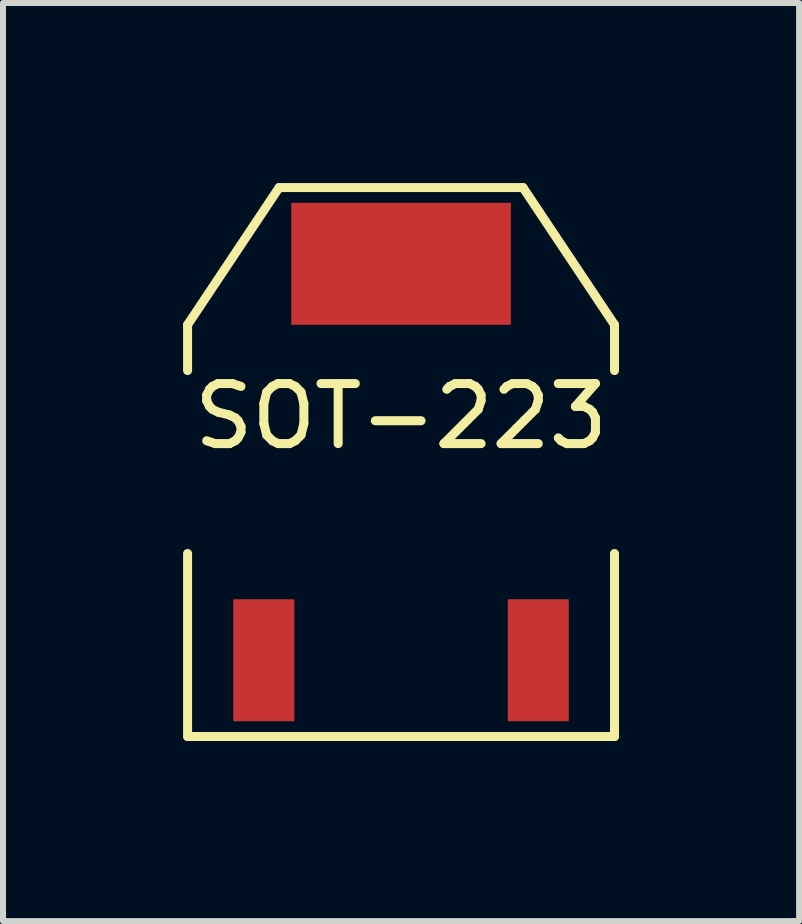
<source format=kicad_pcb>
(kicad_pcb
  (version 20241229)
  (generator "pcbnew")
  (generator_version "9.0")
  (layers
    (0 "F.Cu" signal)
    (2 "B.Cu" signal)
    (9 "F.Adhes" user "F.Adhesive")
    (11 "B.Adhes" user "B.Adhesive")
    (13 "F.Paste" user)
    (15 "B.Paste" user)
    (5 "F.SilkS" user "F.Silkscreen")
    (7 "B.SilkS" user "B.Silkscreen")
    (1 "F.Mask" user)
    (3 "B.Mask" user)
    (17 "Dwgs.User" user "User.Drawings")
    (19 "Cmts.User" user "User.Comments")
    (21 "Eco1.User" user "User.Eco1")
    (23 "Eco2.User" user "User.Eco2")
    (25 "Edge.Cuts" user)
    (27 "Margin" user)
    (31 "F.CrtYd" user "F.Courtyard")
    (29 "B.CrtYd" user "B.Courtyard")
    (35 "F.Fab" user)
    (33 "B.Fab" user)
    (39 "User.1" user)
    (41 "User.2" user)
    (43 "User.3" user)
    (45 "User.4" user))
  (footprint "SOT-223"
    (layer "F.Cu")
    (at 3.631 4.647)
    (property "Reference" "SOT-223" (at 0 -0.762 0) (layer "F.SilkS") (effects (font (size 1 1) (thickness 0.15))))
    (attr smd)
    (fp_line (start -3.556 -2.286) (end -2.032 -4.572) (stroke (width 0.15) (type solid)) (layer "F.SilkS"))
    (fp_line (start -3.556 -1.524) (end -3.556 -2.286) (stroke (width 0.15) (type solid)) (layer "F.SilkS"))
    (fp_line (start -3.556 1.524) (end -3.556 4.572) (stroke (width 0.15) (type solid)) (layer "F.SilkS"))
    (fp_line (start -3.556 4.572) (end 3.556 4.572) (stroke (width 0.15) (type solid)) (layer "F.SilkS"))
    (fp_line (start -2.032 -4.572) (end 2.032 -4.572) (stroke (width 0.15) (type solid)) (layer "F.SilkS"))
    (fp_line (start 2.032 -4.572) (end 3.556 -2.286) (stroke (width 0.15) (type solid)) (layer "F.SilkS"))
    (fp_line (start 3.556 -2.286) (end 3.556 -1.524) (stroke (width 0.15) (type solid)) (layer "F.SilkS"))
    (fp_line (start 3.556 4.572) (end 3.556 1.524) (stroke (width 0.15) (type solid)) (layer "F.SilkS"))
    (pad "1" smd rect (at -2.286 3.302) (size 1.016 2.032) (layers "F.Cu" "F.Mask" "F.Paste"))
    (pad "2" smd rect (at 0 -3.302) (size 3.658 2.032) (layers "F.Cu" "F.Mask" "F.Paste"))
    (pad "3" smd rect (at 2.286 3.302) (size 1.016 2.032) (layers "F.Cu" "F.Mask" "F.Paste")))
  (gr_rect
    (start -3 -3)
    (end 10.262 12.294)
    (stroke (width 0.1) (type default))
    (fill no)
    (layer "Edge.Cuts")))
</source>
